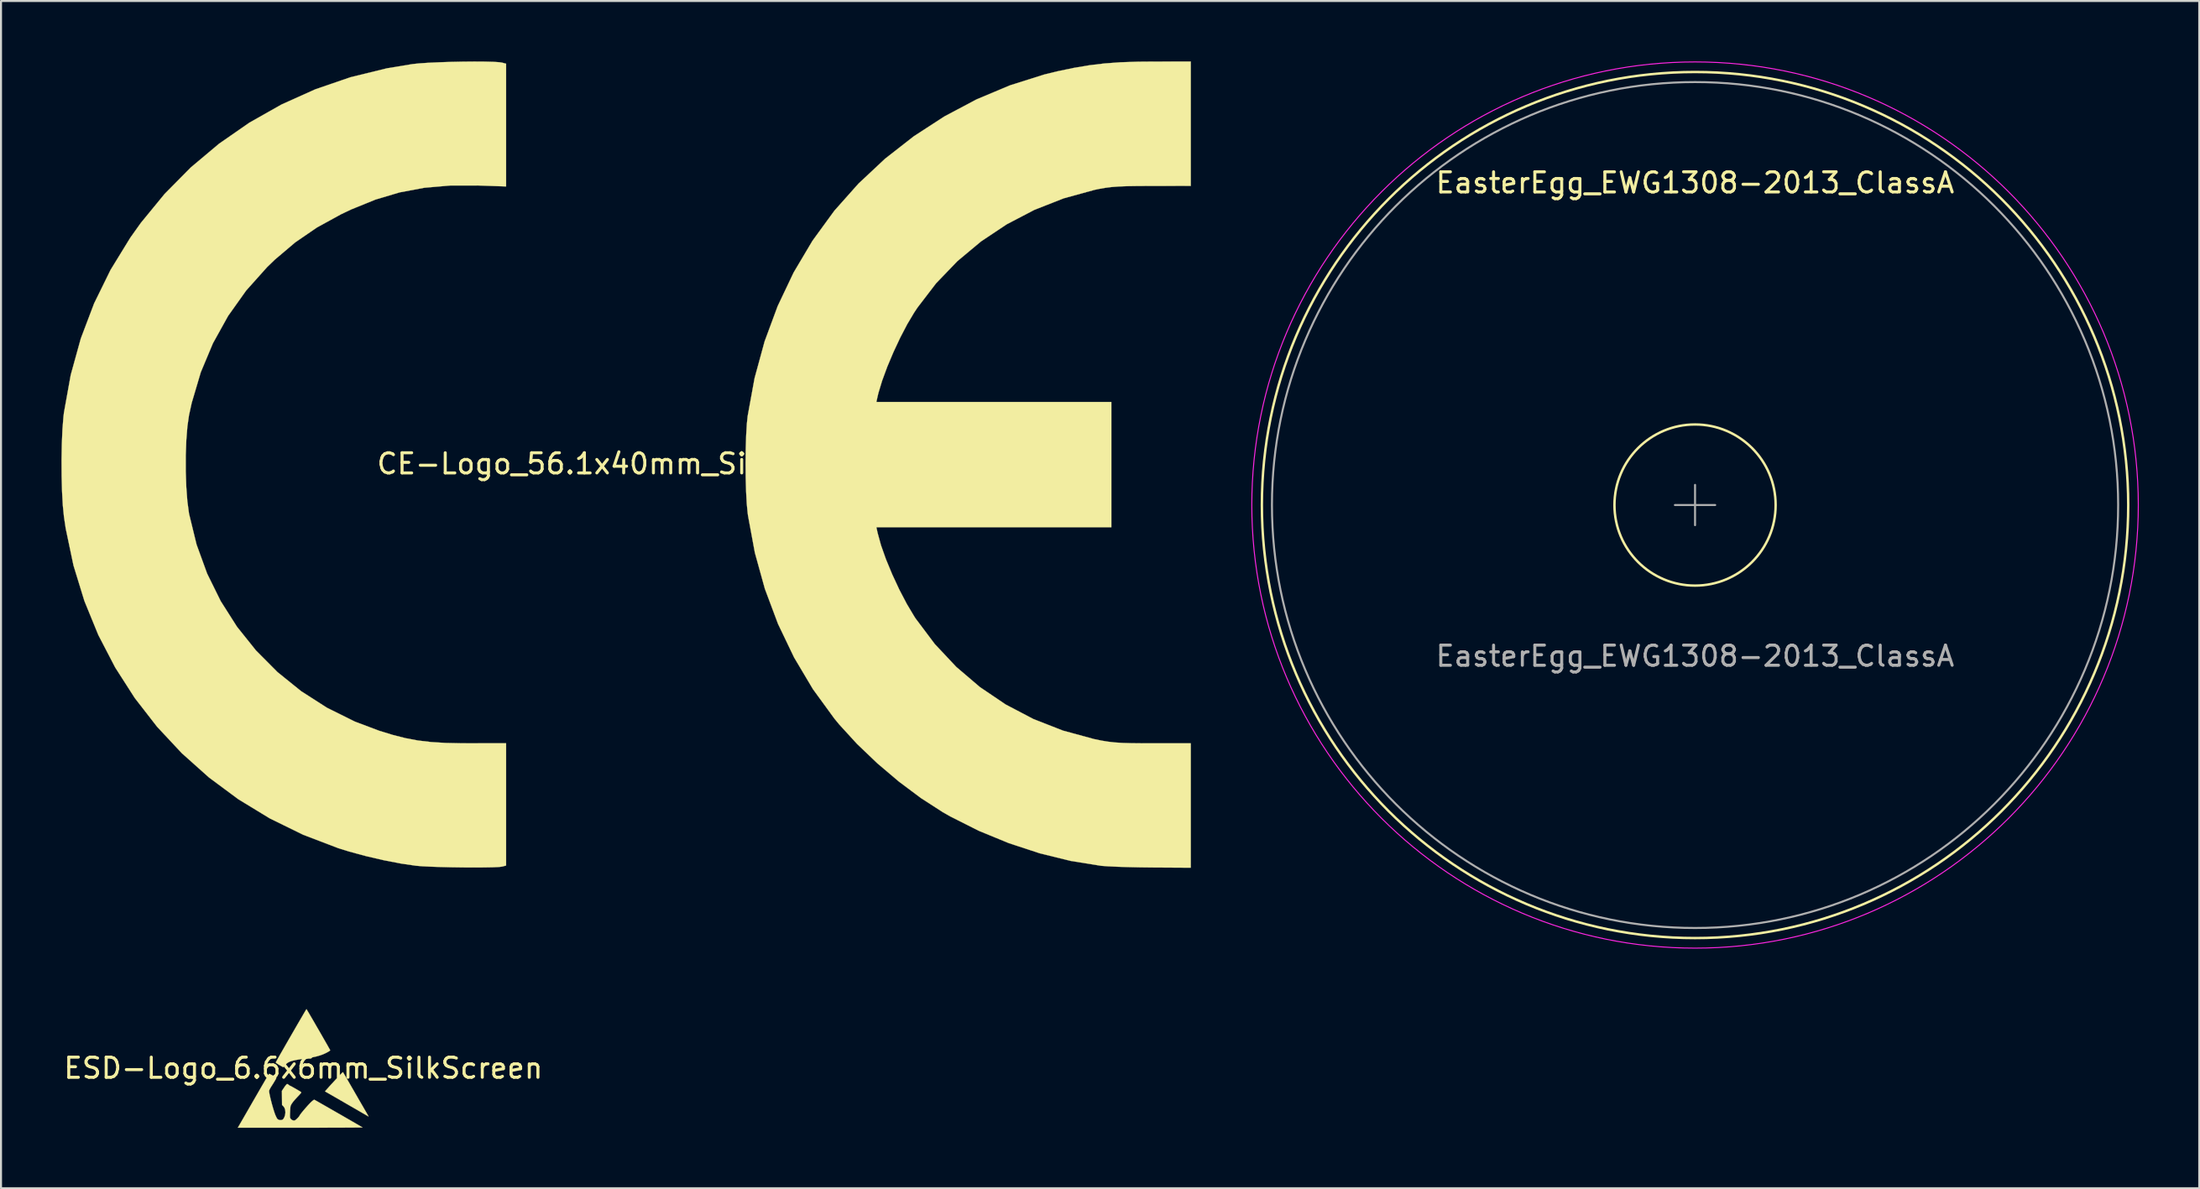
<source format=kicad_pcb>
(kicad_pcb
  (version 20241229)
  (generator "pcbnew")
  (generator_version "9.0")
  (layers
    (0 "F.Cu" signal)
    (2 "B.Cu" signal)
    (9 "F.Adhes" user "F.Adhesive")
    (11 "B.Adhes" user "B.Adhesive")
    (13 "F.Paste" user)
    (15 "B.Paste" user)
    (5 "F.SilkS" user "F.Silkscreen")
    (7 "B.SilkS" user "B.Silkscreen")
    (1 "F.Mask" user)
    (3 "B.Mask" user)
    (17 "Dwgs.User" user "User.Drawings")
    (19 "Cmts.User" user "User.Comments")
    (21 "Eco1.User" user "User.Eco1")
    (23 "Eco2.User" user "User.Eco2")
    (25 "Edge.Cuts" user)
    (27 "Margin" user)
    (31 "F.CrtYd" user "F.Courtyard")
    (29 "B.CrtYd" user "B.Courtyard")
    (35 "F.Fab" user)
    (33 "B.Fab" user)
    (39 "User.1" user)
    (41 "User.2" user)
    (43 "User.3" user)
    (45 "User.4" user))
  (footprint "EasterEgg_EWG1308-2013_ClassA"
    (layer "F.Cu")
    (at 81.082 22.025)
    (property "Reference" "EasterEgg_EWG1308-2013_ClassA" (at 0 -16 0) (unlocked yes) (layer "F.SilkS") (effects (font (size 1 1) (thickness 0.15))))
    (attr exclude_from_pos_files exclude_from_bom)
    (fp_circle (center 0 0) (end 0 -21.5) (stroke (width 0.12) (type default)) (fill no) (layer "F.SilkS"))
    (fp_circle (center 0 0) (end 4 0) (stroke (width 0.12) (type default)) (fill no) (layer "F.SilkS"))
    (fp_circle (center 0 0) (end 0 -22) (stroke (width 0.05) (type default)) (fill no) (layer "F.CrtYd"))
    (fp_line (start 0 -1) (end 0 1) (stroke (width 0.1) (type default)) (layer "F.Fab"))
    (fp_line (start 1 0) (end -1 0) (stroke (width 0.1) (type default)) (layer "F.Fab"))
    (fp_circle (center 0 0) (end 0 -21) (stroke (width 0.1) (type default)) (fill no) (layer "F.Fab"))
    (fp_text user "${REFERENCE}" (at 0 7.5 0) (unlocked yes) (layer "F.Fab") (effects (font (size 1 1) (thickness 0.15)))))
  (footprint "ESD-Logo_6.6x6mm_SilkScreen"
    (layer "F.Cu")
    (at 12.006 49.982)
    (property "Reference" "ESD-Logo_6.6x6mm_SilkScreen" (at 0 0 0) (layer "F.SilkS") (effects (font (size 1 1) (thickness 0.15))))
    (attr exclude_from_pos_files exclude_from_bom allow_missing_courtyard)
    (fp_poly (pts (xy 1.988 0.235) (xy 1.999 0.254) (xy 2.024 0.297) (xy 2.063 0.364) (xy 2.113 0.45) (xy 2.174 0.555) (xy 2.244 0.675) (xy 2.321 0.809) (xy 2.405 0.955) (xy 2.495 1.11) (xy 2.587 1.27) (xy 2.681 1.433) (xy 2.771 1.59) (xy 2.857 1.738) (xy 2.936 1.874) (xy 3.007 1.998) (xy 3.069 2.105) (xy 3.121 2.195) (xy 3.161 2.265) (xy 3.189 2.313) (xy 3.202 2.335) (xy 3.223 2.372) (xy 3.234 2.396) (xy 3.235 2.4) (xy 3.221 2.392) (xy 3.182 2.37) (xy 3.12 2.335) (xy 3.038 2.288) (xy 2.937 2.23) (xy 2.82 2.162) (xy 2.688 2.085) (xy 2.543 2.002) (xy 2.387 1.912) (xy 2.223 1.817) (xy 2.161 1.781) (xy 1.993 1.684) (xy 1.834 1.592) (xy 1.684 1.505) (xy 1.546 1.426) (xy 1.422 1.354) (xy 1.314 1.292) (xy 1.223 1.24) (xy 1.153 1.2) (xy 1.104 1.172) (xy 1.08 1.158) (xy 1.077 1.157) (xy 1.085 1.145) (xy 1.111 1.114) (xy 1.153 1.066) (xy 1.208 1.004) (xy 1.274 0.93) (xy 1.347 0.849) (xy 1.426 0.763) (xy 1.508 0.674) (xy 1.589 0.586) (xy 1.668 0.502) (xy 1.741 0.423) (xy 1.807 0.354) (xy 1.862 0.298) (xy 1.903 0.256) (xy 1.917 0.242) (xy 1.964 0.198) (xy 1.988 0.235)) (stroke (width 0.01) (type solid)) (fill yes) (layer "F.SilkS"))
    (fp_poly (pts (xy 0.164 -2.914) (xy 0.187 -2.877) (xy 0.223 -2.817) (xy 0.269 -2.739) (xy 0.325 -2.643) (xy 0.389 -2.534) (xy 0.46 -2.412) (xy 0.536 -2.282) (xy 0.615 -2.144) (xy 0.697 -2.002) (xy 0.78 -1.859) (xy 0.862 -1.717) (xy 0.942 -1.577) (xy 1.018 -1.444) (xy 1.09 -1.319) (xy 1.155 -1.205) (xy 1.212 -1.105) (xy 1.259 -1.02) (xy 1.296 -0.954) (xy 1.321 -0.909) (xy 1.332 -0.888) (xy 1.332 -0.886) (xy 1.319 -0.868) (xy 1.281 -0.84) (xy 1.224 -0.805) (xy 1.152 -0.766) (xy 1.077 -0.729) (xy 0.975 -0.684) (xy 0.867 -0.644) (xy 0.75 -0.607) (xy 0.621 -0.573) (xy 0.475 -0.541) (xy 0.309 -0.51) (xy 0.119 -0.479) (xy -0.078 -0.45) (xy -0.248 -0.424) (xy -0.391 -0.399) (xy -0.511 -0.372) (xy -0.61 -0.344) (xy -0.693 -0.312) (xy -0.763 -0.275) (xy -0.823 -0.231) (xy -0.878 -0.181) (xy -0.896 -0.162) (xy -0.934 -0.119) (xy -0.962 -0.083) (xy -0.975 -0.062) (xy -0.976 -0.061) (xy -0.98 -0.05) (xy -0.996 -0.05) (xy -1.027 -0.062) (xy -1.075 -0.087) (xy -1.144 -0.126) (xy -1.193 -0.154) (xy -1.264 -0.199) (xy -1.32 -0.237) (xy -1.356 -0.266) (xy -1.369 -0.283) (xy -1.369 -0.283) (xy -1.361 -0.299) (xy -1.339 -0.34) (xy -1.304 -0.402) (xy -1.258 -0.485) (xy -1.201 -0.586) (xy -1.135 -0.702) (xy -1.061 -0.831) (xy -0.98 -0.972) (xy -0.895 -1.122) (xy -0.805 -1.278) (xy -0.713 -1.438) (xy -0.619 -1.601) (xy -0.525 -1.764) (xy -0.432 -1.925) (xy -0.342 -2.082) (xy -0.255 -2.231) (xy -0.173 -2.372) (xy -0.097 -2.502) (xy -0.029 -2.619) (xy 0.03 -2.72) (xy 0.079 -2.804) (xy 0.117 -2.868) (xy 0.143 -2.909) (xy 0.154 -2.927) (xy 0.155 -2.927) (xy 0.164 -2.914)) (stroke (width 0.01) (type solid)) (fill yes) (layer "F.SilkS"))
    (fp_poly (pts (xy -1.678 0.291) (xy -1.645 0.304) (xy -1.596 0.329) (xy -1.525 0.368) (xy -1.519 0.371) (xy -1.454 0.408) (xy -1.398 0.441) (xy -1.359 0.466) (xy -1.34 0.48) (xy -1.339 0.48) (xy -1.344 0.499) (xy -1.365 0.542) (xy -1.4 0.605) (xy -1.449 0.687) (xy -1.509 0.785) (xy -1.581 0.898) (xy -1.599 0.925) (xy -1.645 1.002) (xy -1.679 1.068) (xy -1.697 1.117) (xy -1.699 1.127) (xy -1.698 1.169) (xy -1.689 1.237) (xy -1.672 1.326) (xy -1.649 1.431) (xy -1.622 1.548) (xy -1.59 1.673) (xy -1.556 1.801) (xy -1.52 1.928) (xy -1.484 2.049) (xy -1.449 2.161) (xy -1.416 2.259) (xy -1.385 2.338) (xy -1.364 2.385) (xy -1.34 2.435) (xy -1.316 2.483) (xy -1.315 2.486) (xy -1.276 2.534) (xy -1.22 2.567) (xy -1.154 2.582) (xy -1.088 2.58) (xy -1.029 2.558) (xy -0.996 2.529) (xy -0.948 2.451) (xy -0.913 2.352) (xy -0.894 2.245) (xy -0.891 2.184) (xy -0.902 2.07) (xy -0.934 1.976) (xy -0.989 1.896) (xy -1.006 1.879) (xy -1.057 1.829) (xy -1.061 1.479) (xy -1.064 1.129) (xy -0.975 0.995) (xy -0.933 0.933) (xy -0.893 0.878) (xy -0.86 0.837) (xy -0.846 0.822) (xy -0.806 0.785) (xy -0.751 0.814) (xy -0.717 0.835) (xy -0.698 0.851) (xy -0.697 0.854) (xy -0.684 0.867) (xy -0.662 0.876) (xy -0.641 0.884) (xy -0.608 0.9) (xy -0.562 0.925) (xy -0.498 0.961) (xy -0.415 1.008) (xy -0.309 1.069) (xy -0.252 1.103) (xy -0.184 1.143) (xy -0.14 1.172) (xy -0.115 1.192) (xy -0.106 1.208) (xy -0.107 1.222) (xy -0.109 1.225) (xy -0.125 1.245) (xy -0.158 1.284) (xy -0.205 1.336) (xy -0.262 1.397) (xy -0.311 1.449) (xy -0.425 1.573) (xy -0.514 1.68) (xy -0.579 1.771) (xy -0.621 1.849) (xy -0.635 1.888) (xy -0.641 1.922) (xy -0.647 1.981) (xy -0.652 2.057) (xy -0.657 2.144) (xy -0.659 2.199) (xy -0.663 2.294) (xy -0.664 2.364) (xy -0.663 2.413) (xy -0.66 2.448) (xy -0.653 2.473) (xy -0.644 2.493) (xy -0.636 2.506) (xy -0.592 2.555) (xy -0.534 2.589) (xy -0.474 2.603) (xy -0.429 2.598) (xy -0.388 2.575) (xy -0.337 2.533) (xy -0.283 2.481) (xy -0.233 2.425) (xy -0.194 2.372) (xy -0.179 2.346) (xy -0.158 2.311) (xy -0.118 2.257) (xy -0.065 2.19) (xy -0.001 2.112) (xy 0.07 2.029) (xy 0.144 1.944) (xy 0.218 1.861) (xy 0.288 1.785) (xy 0.35 1.72) (xy 0.399 1.673) (xy 0.454 1.625) (xy 0.5 1.59) (xy 0.532 1.571) (xy 0.542 1.569) (xy 0.559 1.577) (xy 0.6 1.6) (xy 0.663 1.635) (xy 0.745 1.682) (xy 0.845 1.739) (xy 0.96 1.805) (xy 1.088 1.878) (xy 1.226 1.957) (xy 1.372 2.041) (xy 1.524 2.128) (xy 1.679 2.217) (xy 1.835 2.306) (xy 1.989 2.395) (xy 2.139 2.482) (xy 2.284 2.565) (xy 2.42 2.644) (xy 2.545 2.716) (xy 2.656 2.781) (xy 2.753 2.837) (xy 2.831 2.883) (xy 2.889 2.917) (xy 2.924 2.938) (xy 2.934 2.945) (xy 2.92 2.946) (xy 2.877 2.948) (xy 2.806 2.949) (xy 2.708 2.95) (xy 2.584 2.951) (xy 2.437 2.952) (xy 2.268 2.953) (xy 2.078 2.954) (xy 1.868 2.955) (xy 1.64 2.956) (xy 1.396 2.956) (xy 1.137 2.957) (xy 0.864 2.957) (xy 0.579 2.958) (xy 0.282 2.958) (xy -0.023 2.958) (xy -0.151 2.958) (xy -3.251 2.958) (xy -3.03 2.575) (xy -2.983 2.494) (xy -2.923 2.389) (xy -2.851 2.265) (xy -2.77 2.124) (xy -2.682 1.971) (xy -2.588 1.808) (xy -2.491 1.639) (xy -2.392 1.468) (xy -2.294 1.298) (xy -2.269 1.255) (xy -2.179 1.098) (xy -2.093 0.949) (xy -2.012 0.81) (xy -1.938 0.682) (xy -1.872 0.569) (xy -1.816 0.473) (xy -1.77 0.395) (xy -1.736 0.338) (xy -1.716 0.305) (xy -1.71 0.296) (xy -1.698 0.289) (xy -1.678 0.291)) (stroke (width 0.01) (type solid)) (fill yes) (layer "F.SilkS")))
  (footprint "CE-Logo_56.1x40mm_SilkScreen"
    (layer "F.Cu")
    (at 28.025 19.975)
    (property "Reference" "CE-Logo_56.1x40mm_SilkScreen" (at 0 0 0) (layer "F.SilkS") (effects (font (size 1 1) (thickness 0.15))))
    (attr exclude_from_pos_files exclude_from_bom allow_missing_courtyard)
    (fp_poly (pts (xy -7.023 -19.966) (xy -6.596 -19.955) (xy -6.288 -19.935) (xy -6.153 -19.914) (xy -5.956 -19.862) (xy -5.956 -13.768) (xy -7.343 -13.816) (xy -8.732 -13.814) (xy -10.018 -13.702) (xy -11.239 -13.473) (xy -12.435 -13.117) (xy -13.644 -12.626) (xy -14.145 -12.388) (xy -15.341 -11.732) (xy -16.417 -10.995) (xy -17.426 -10.14) (xy -17.819 -9.761) (xy -18.856 -8.601) (xy -19.753 -7.339) (xy -20.506 -5.982) (xy -21.11 -4.541) (xy -21.56 -3.021) (xy -21.694 -2.409) (xy -21.774 -1.852) (xy -21.828 -1.17) (xy -21.855 -0.411) (xy -21.855 0.379) (xy -21.829 1.151) (xy -21.776 1.858) (xy -21.697 2.451) (xy -21.689 2.496) (xy -21.319 4.011) (xy -20.794 5.455) (xy -20.121 6.82) (xy -19.309 8.097) (xy -18.367 9.274) (xy -17.304 10.343) (xy -16.127 11.293) (xy -14.846 12.115) (xy -13.468 12.8) (xy -12.253 13.258) (xy -11.57 13.467) (xy -10.943 13.626) (xy -10.329 13.741) (xy -9.685 13.817) (xy -8.969 13.862) (xy -8.138 13.879) (xy -7.773 13.88) (xy -5.956 13.878) (xy -5.956 19.949) (xy -6.153 20.002) (xy -6.321 20.022) (xy -6.632 20.036) (xy -7.054 20.043) (xy -7.555 20.046) (xy -8.103 20.043) (xy -8.665 20.035) (xy -9.21 20.022) (xy -9.705 20.005) (xy -10.119 19.985) (xy -10.419 19.96) (xy -10.423 19.96) (xy -11.171 19.851) (xy -12.016 19.688) (xy -12.893 19.485) (xy -13.737 19.257) (xy -14.274 19.091) (xy -16.026 18.422) (xy -17.686 17.608) (xy -19.248 16.656) (xy -20.705 15.575) (xy -22.051 14.372) (xy -23.28 13.056) (xy -24.384 11.634) (xy -25.358 10.114) (xy -26.194 8.505) (xy -26.886 6.813) (xy -27.428 5.048) (xy -27.813 3.216) (xy -27.901 2.628) (xy -27.957 2.066) (xy -27.995 1.378) (xy -28.016 0.609) (xy -28.02 -0.193) (xy -28.006 -0.981) (xy -27.975 -1.708) (xy -27.926 -2.327) (xy -27.901 -2.54) (xy -27.564 -4.411) (xy -27.064 -6.219) (xy -26.404 -7.96) (xy -25.585 -9.629) (xy -24.608 -11.222) (xy -24.086 -11.956) (xy -22.906 -13.395) (xy -21.608 -14.709) (xy -20.202 -15.89) (xy -18.697 -16.935) (xy -17.102 -17.837) (xy -15.425 -18.591) (xy -13.676 -19.192) (xy -11.864 -19.635) (xy -10.601 -19.843) (xy -10.253 -19.879) (xy -9.797 -19.909) (xy -9.265 -19.933) (xy -8.689 -19.952) (xy -8.102 -19.964) (xy -7.536 -19.969) (xy -7.023 -19.966)) (stroke (width 0.01) (type solid)) (fill yes) (layer "F.SilkS"))
    (fp_poly (pts (xy 28.028 -16.882) (xy 28.028 -13.795) (xy 26.079 -13.793) (xy 25.404 -13.79) (xy 24.87 -13.782) (xy 24.443 -13.765) (xy 24.089 -13.738) (xy 23.775 -13.698) (xy 23.466 -13.643) (xy 23.241 -13.596) (xy 21.719 -13.177) (xy 20.267 -12.606) (xy 18.897 -11.891) (xy 17.619 -11.04) (xy 16.446 -10.061) (xy 15.389 -8.962) (xy 14.461 -7.75) (xy 14.298 -7.505) (xy 13.955 -6.929) (xy 13.605 -6.258) (xy 13.267 -5.536) (xy 12.961 -4.809) (xy 12.708 -4.121) (xy 12.526 -3.52) (xy 12.485 -3.35) (xy 12.423 -3.066) (xy 24.086 -3.066) (xy 24.086 3.153) (xy 12.423 3.153) (xy 12.485 3.438) (xy 12.651 4.043) (xy 12.899 4.744) (xy 13.21 5.494) (xy 13.561 6.249) (xy 13.934 6.962) (xy 14.307 7.587) (xy 14.369 7.682) (xy 15.321 8.95) (xy 16.388 10.087) (xy 17.565 11.091) (xy 18.843 11.955) (xy 20.218 12.676) (xy 21.681 13.249) (xy 23.227 13.67) (xy 23.265 13.678) (xy 23.613 13.749) (xy 23.934 13.801) (xy 24.262 13.838) (xy 24.635 13.862) (xy 25.087 13.875) (xy 25.654 13.881) (xy 26.123 13.882) (xy 28.028 13.882) (xy 28.028 20.057) (xy 26.123 20.046) (xy 25.514 20.039) (xy 24.92 20.026) (xy 24.378 20.009) (xy 23.928 19.988) (xy 23.607 19.965) (xy 23.561 19.96) (xy 22.068 19.72) (xy 20.533 19.342) (xy 18.998 18.838) (xy 17.503 18.223) (xy 16.092 17.512) (xy 15.722 17.301) (xy 14.639 16.602) (xy 13.541 15.781) (xy 12.47 14.873) (xy 11.469 13.917) (xy 10.583 12.949) (xy 10.341 12.656) (xy 9.273 11.189) (xy 8.338 9.616) (xy 7.541 7.952) (xy 6.89 6.214) (xy 6.392 4.417) (xy 6.052 2.576) (xy 6.035 2.452) (xy 5.989 1.978) (xy 5.957 1.377) (xy 5.937 0.695) (xy 5.931 -0.026) (xy 5.939 -0.742) (xy 5.96 -1.408) (xy 5.994 -1.981) (xy 6.034 -2.365) (xy 6.378 -4.251) (xy 6.876 -6.075) (xy 7.524 -7.827) (xy 8.316 -9.495) (xy 9.25 -11.069) (xy 10.319 -12.537) (xy 10.341 -12.566) (xy 11.535 -13.909) (xy 12.854 -15.144) (xy 14.281 -16.259) (xy 15.8 -17.245) (xy 17.396 -18.091) (xy 19.052 -18.787) (xy 20.751 -19.324) (xy 21.415 -19.486) (xy 22.236 -19.657) (xy 22.998 -19.785) (xy 23.752 -19.875) (xy 24.545 -19.933) (xy 25.428 -19.962) (xy 26.166 -19.968) (xy 28.028 -19.97) (xy 28.028 -16.882)) (stroke (width 0.01) (type solid)) (fill yes) (layer "F.SilkS")))
  (gr_rect
    (start -3 -3)
    (end 106.107 55.945)
    (stroke (width 0.1) (type default))
    (fill no)
    (layer "Edge.Cuts")))
</source>
